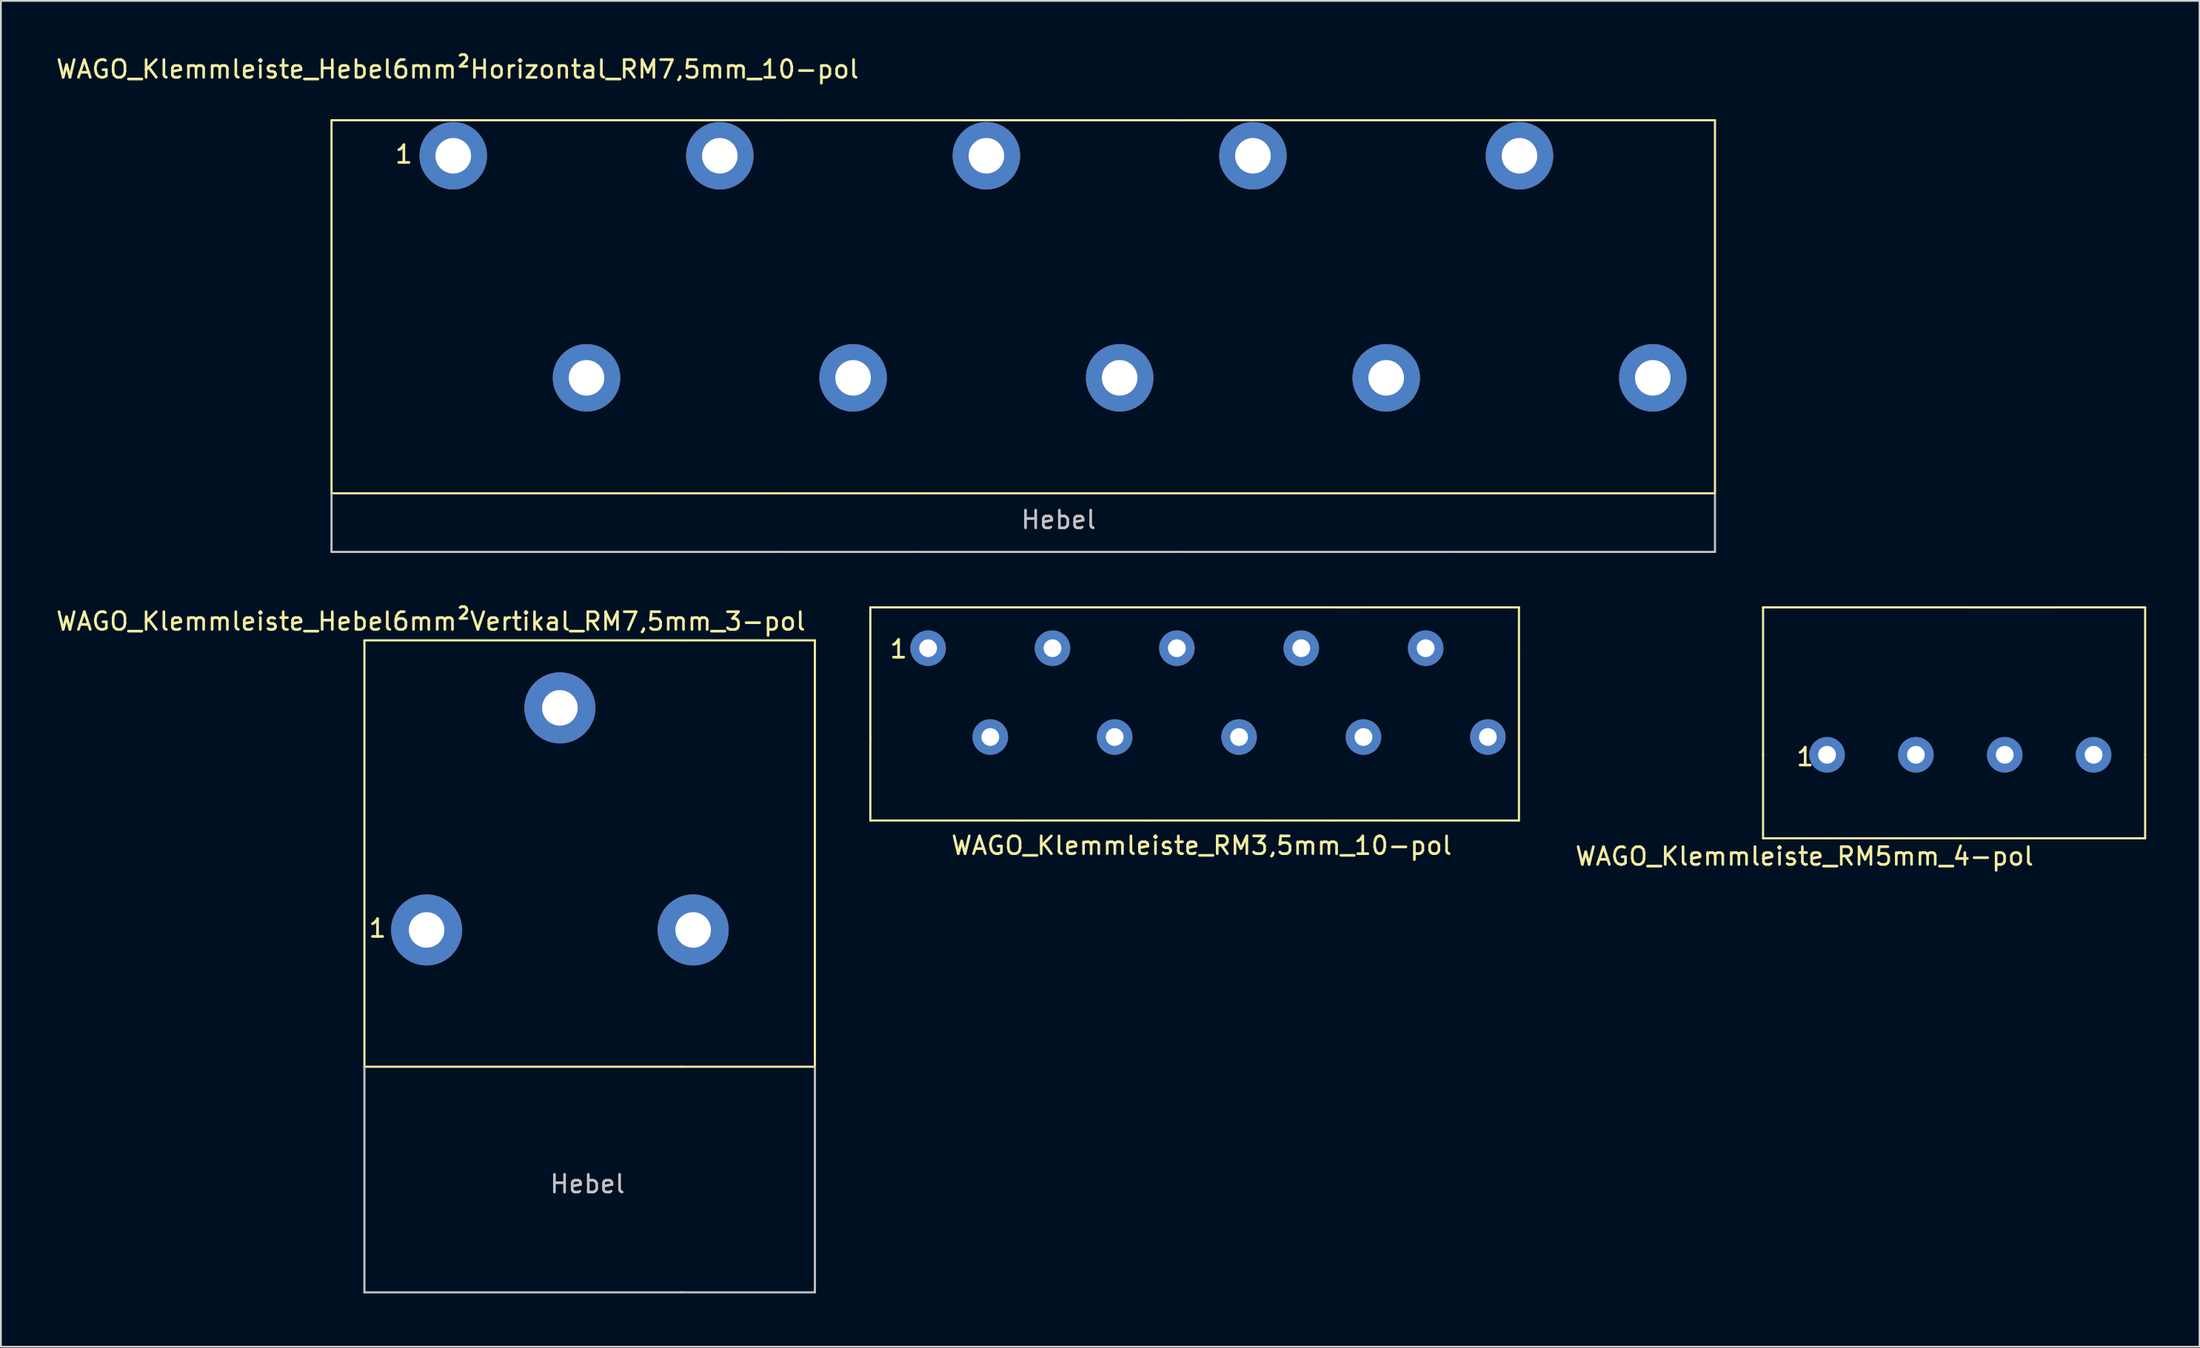
<source format=kicad_pcb>
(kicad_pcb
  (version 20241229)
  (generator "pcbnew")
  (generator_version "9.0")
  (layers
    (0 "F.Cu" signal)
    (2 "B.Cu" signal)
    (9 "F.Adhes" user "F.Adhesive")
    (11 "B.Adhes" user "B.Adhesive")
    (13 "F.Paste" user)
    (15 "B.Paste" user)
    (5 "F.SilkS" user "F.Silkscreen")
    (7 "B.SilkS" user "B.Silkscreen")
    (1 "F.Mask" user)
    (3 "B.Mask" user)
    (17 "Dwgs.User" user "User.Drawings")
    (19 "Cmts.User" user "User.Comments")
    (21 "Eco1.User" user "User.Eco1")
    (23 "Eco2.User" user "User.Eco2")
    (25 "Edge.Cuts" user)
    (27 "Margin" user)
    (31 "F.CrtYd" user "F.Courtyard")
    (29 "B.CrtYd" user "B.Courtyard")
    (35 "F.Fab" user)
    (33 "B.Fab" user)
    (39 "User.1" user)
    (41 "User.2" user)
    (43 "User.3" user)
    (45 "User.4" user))
  (footprint "WAGO_Klemmleiste_Hebel6mm²Vertikal_RM7,5mm_3-pol"
    (layer "F.Cu")
    (at 20.956 36.797)
    (property "Reference" "WAGO_Klemmleiste_Hebel6mm²Vertikal_RM7,5mm_3-pol" (at 0.24 -4.87 0) (layer "F.SilkS") (effects (font (size 1 1) (thickness 0.15))))
    (attr through_hole)
    (fp_line (start -3.5 -3.8) (end -3.5 20.2) (stroke (width 0.12) (type solid)) (layer "F.SilkS"))
    (fp_line (start -3.5 20.2) (end 14.35 20.2) (stroke (width 0.12) (type solid)) (layer "F.SilkS"))
    (fp_line (start 14.35 -3.8) (end -3.5 -3.8) (stroke (width 0.12) (type solid)) (layer "F.SilkS"))
    (fp_line (start 14.35 -3.8) (end 21.85 -3.8) (stroke (width 0.12) (type solid)) (layer "F.SilkS"))
    (fp_line (start 21.85 -3.8) (end 21.85 20.2) (stroke (width 0.12) (type solid)) (layer "F.SilkS"))
    (fp_line (start 21.85 20.2) (end 14.35 20.2) (stroke (width 0.12) (type solid)) (layer "F.SilkS"))
    (fp_line (start -3.5 20.2) (end -3.5 32.9) (stroke (width 0.12) (type solid)) (layer "Dwgs.User"))
    (fp_line (start -3.5 32.9) (end 14.35 32.9) (stroke (width 0.12) (type solid)) (layer "Dwgs.User"))
    (fp_line (start 14.35 32.9) (end 21.85 32.9) (stroke (width 0.12) (type solid)) (layer "Dwgs.User"))
    (fp_line (start 21.85 32.9) (end 21.85 20.2) (stroke (width 0.12) (type solid)) (layer "Dwgs.User"))
    (fp_text user "1" (at -2.76 12.41 0) (layer "F.SilkS") (effects (font (size 1 1) (thickness 0.15))))
    (fp_text user "Hebel" (at 9.05 26.8 0) (layer "Dwgs.User") (effects (font (size 1 1) (thickness 0.15))))
    (pad "1" thru_hole circle (at 0 12.5) (size 4 4) (drill 2) (layers "*.Cu" "*.Mask"))
    (pad "2" thru_hole circle (at 7.5 0) (size 4 4) (drill 2) (layers "*.Cu" "*.Mask"))
    (pad "3" thru_hole circle (at 15 12.5) (size 4 4) (drill 2) (layers "*.Cu" "*.Mask")))
  (footprint "WAGO_Klemmleiste_Hebel6mm²Horizontal_RM7,5mm_10-pol"
    (layer "F.Cu")
    (at 22.456 5.718)
    (property "Reference" "WAGO_Klemmleiste_Hebel6mm²Horizontal_RM7,5mm_10-pol" (at 0.24 -4.87 0) (layer "F.SilkS") (effects (font (size 1 1) (thickness 0.15))))
    (attr through_hole)
    (fp_line (start -6.85 -2) (end -6.85 19) (stroke (width 0.12) (type solid)) (layer "F.SilkS"))
    (fp_line (start -6.85 -2) (end 10.95 -2) (stroke (width 0.12) (type solid)) (layer "F.SilkS"))
    (fp_line (start -6.85 19) (end 11 19) (stroke (width 0.12) (type solid)) (layer "F.SilkS"))
    (fp_line (start 18.5 -2) (end 10.95 -2) (stroke (width 0.12) (type solid)) (layer "F.SilkS"))
    (fp_line (start 18.5 -2) (end 26 -2) (stroke (width 0.12) (type solid)) (layer "F.SilkS"))
    (fp_line (start 18.5 19) (end 10.95 19) (stroke (width 0.12) (type solid)) (layer "F.SilkS"))
    (fp_line (start 26 -2) (end 41 -2) (stroke (width 0.12) (type solid)) (layer "F.SilkS"))
    (fp_line (start 26 19) (end 18.5 19) (stroke (width 0.12) (type solid)) (layer "F.SilkS"))
    (fp_line (start 41 -2) (end 56 -2) (stroke (width 0.12) (type solid)) (layer "F.SilkS"))
    (fp_line (start 41 19) (end 26 19) (stroke (width 0.12) (type solid)) (layer "F.SilkS"))
    (fp_line (start 56 19) (end 41 19) (stroke (width 0.12) (type solid)) (layer "F.SilkS"))
    (fp_line (start 71 -2) (end 56 -2) (stroke (width 0.12) (type solid)) (layer "F.SilkS"))
    (fp_line (start 71 19) (end 56 19) (stroke (width 0.12) (type solid)) (layer "F.SilkS"))
    (fp_line (start 71 19) (end 71 -2) (stroke (width 0.12) (type solid)) (layer "F.SilkS"))
    (fp_line (start -6.85 19) (end -6.85 22.3) (stroke (width 0.12) (type solid)) (layer "Dwgs.User"))
    (fp_line (start -6.85 22.3) (end 18.5 22.3) (stroke (width 0.12) (type solid)) (layer "Dwgs.User"))
    (fp_line (start 26 22.3) (end 18.5 22.3) (stroke (width 0.12) (type solid)) (layer "Dwgs.User"))
    (fp_line (start 26 22.3) (end 41 22.3) (stroke (width 0.12) (type solid)) (layer "Dwgs.User"))
    (fp_line (start 56 22.3) (end 41 22.3) (stroke (width 0.12) (type solid)) (layer "Dwgs.User"))
    (fp_line (start 56 22.3) (end 71 22.3) (stroke (width 0.12) (type solid)) (layer "Dwgs.User"))
    (fp_line (start 71 22.3) (end 71 19) (stroke (width 0.12) (type solid)) (layer "Dwgs.User"))
    (fp_text user "1" (at -2.78 -0.08 0) (layer "F.SilkS") (effects (font (size 1 1) (thickness 0.15))))
    (fp_text user "Hebel" (at 34.06 20.49 0) (layer "Dwgs.User") (effects (font (size 1 1) (thickness 0.15))))
    (pad "1" thru_hole circle (at 0 0) (size 3.8 3.8) (drill 2) (layers "*.Cu" "*.Mask"))
    (pad "2" thru_hole circle (at 7.5 12.5) (size 3.8 3.8) (drill 2) (layers "*.Cu" "*.Mask"))
    (pad "3" thru_hole circle (at 15 0) (size 3.8 3.8) (drill 2) (layers "*.Cu" "*.Mask"))
    (pad "4" thru_hole circle (at 22.5 12.5) (size 3.8 3.8) (drill 2) (layers "*.Cu" "*.Mask"))
    (pad "5" thru_hole circle (at 30 0) (size 3.8 3.8) (drill 2) (layers "*.Cu" "*.Mask"))
    (pad "6" thru_hole circle (at 37.5 12.5) (size 3.8 3.8) (drill 2) (layers "*.Cu" "*.Mask"))
    (pad "7" thru_hole circle (at 45 0) (size 3.8 3.8) (drill 2) (layers "*.Cu" "*.Mask"))
    (pad "8" thru_hole circle (at 52.5 12.5) (size 3.8 3.8) (drill 2) (layers "*.Cu" "*.Mask"))
    (pad "9" thru_hole circle (at 60 0) (size 3.8 3.8) (drill 2) (layers "*.Cu" "*.Mask"))
    (pad "10" thru_hole circle (at 67.5 12.5) (size 3.8 3.8) (drill 2) (layers "*.Cu" "*.Mask")))
  (footprint "WAGO_Klemmleiste_RM3,5mm_10-pol"
    (layer "F.Cu")
    (at 49.176 33.438)
    (property "Reference" "WAGO_Klemmleiste_RM3,5mm_10-pol" (at 15.39 11.11 0) (layer "F.SilkS") (effects (font (size 1 1) (thickness 0.15))))
    (attr through_hole)
    (fp_line (start -3.25 -2.3) (end 5.25 -2.3) (stroke (width 0.12) (type solid)) (layer "F.SilkS"))
    (fp_line (start -3.25 5) (end -3.25 -2.3) (stroke (width 0.12) (type solid)) (layer "F.SilkS"))
    (fp_line (start -3.25 5) (end -3.25 9.7) (stroke (width 0.12) (type solid)) (layer "F.SilkS"))
    (fp_line (start -3.25 9.7) (end 5.25 9.7) (stroke (width 0.12) (type solid)) (layer "F.SilkS"))
    (fp_line (start 12.25 -2.3) (end 5.25 -2.3) (stroke (width 0.12) (type solid)) (layer "F.SilkS"))
    (fp_line (start 12.25 9.7) (end 5.25 9.7) (stroke (width 0.12) (type solid)) (layer "F.SilkS"))
    (fp_line (start 19.25 9.7) (end 12.25 9.7) (stroke (width 0.12) (type solid)) (layer "F.SilkS"))
    (fp_line (start 19.275 -2.3) (end 12.25 -2.3) (stroke (width 0.12) (type solid)) (layer "F.SilkS"))
    (fp_line (start 19.275 -2.3) (end 19.25 -2.3) (stroke (width 0.12) (type solid)) (layer "F.SilkS"))
    (fp_line (start 22.75 -2.3) (end 19.275 -2.3) (stroke (width 0.12) (type solid)) (layer "F.SilkS"))
    (fp_line (start 22.75 -2.3) (end 24.5 -2.3) (stroke (width 0.12) (type solid)) (layer "F.SilkS"))
    (fp_line (start 22.75 9.7) (end 19.25 9.7) (stroke (width 0.12) (type solid)) (layer "F.SilkS"))
    (fp_line (start 26.25 -2.3) (end 22.75 -2.3) (stroke (width 0.12) (type solid)) (layer "F.SilkS"))
    (fp_line (start 26.25 -2.3) (end 33.25 -2.3) (stroke (width 0.12) (type solid)) (layer "F.SilkS"))
    (fp_line (start 26.25 9.7) (end 22.75 9.7) (stroke (width 0.12) (type solid)) (layer "F.SilkS"))
    (fp_line (start 33.25 0.3) (end 33.25 -2.3) (stroke (width 0.12) (type solid)) (layer "F.SilkS"))
    (fp_line (start 33.25 9.7) (end 26.25 9.7) (stroke (width 0.12) (type solid)) (layer "F.SilkS"))
    (fp_line (start 33.25 9.7) (end 33.25 0.3) (stroke (width 0.12) (type solid)) (layer "F.SilkS"))
    (fp_text user "1" (at -1.66 0.05 0) (layer "F.SilkS") (effects (font (size 1 1) (thickness 0.15))))
    (pad "1" thru_hole circle (at 0 0) (size 2 2) (drill 1) (layers "*.Cu" "*.Mask"))
    (pad "2" thru_hole circle (at 3.5 5) (size 2 2) (drill 1) (layers "*.Cu" "*.Mask"))
    (pad "3" thru_hole circle (at 7 0) (size 2 2) (drill 1) (layers "*.Cu" "*.Mask"))
    (pad "4" thru_hole circle (at 10.5 5) (size 2 2) (drill 1) (layers "*.Cu" "*.Mask"))
    (pad "5" thru_hole circle (at 14 0) (size 2 2) (drill 1) (layers "*.Cu" "*.Mask"))
    (pad "6" thru_hole circle (at 17.5 5) (size 2 2) (drill 1) (layers "*.Cu" "*.Mask"))
    (pad "7" thru_hole circle (at 21 0) (size 2 2) (drill 1) (layers "*.Cu" "*.Mask"))
    (pad "8" thru_hole circle (at 24.5 5) (size 2 2) (drill 1) (layers "*.Cu" "*.Mask"))
    (pad "9" thru_hole circle (at 28 0) (size 2 2) (drill 1) (layers "*.Cu" "*.Mask"))
    (pad "10" thru_hole circle (at 31.5 5) (size 2 2) (drill 1) (layers "*.Cu" "*.Mask")))
  (footprint "WAGO_Klemmleiste_RM5mm_4-pol"
    (layer "F.Cu")
    (at 99.762 39.438)
    (property "Reference" "WAGO_Klemmleiste_RM5mm_4-pol" (at -1.27 5.715 0) (layer "F.SilkS") (effects (font (size 1 1) (thickness 0.15))))
    (attr through_hole)
    (fp_line (start -3.6 -8.3) (end -3.6 0) (stroke (width 0.12) (type solid)) (layer "F.SilkS"))
    (fp_line (start -3.6 4.7) (end -3.6 0) (stroke (width 0.12) (type solid)) (layer "F.SilkS"))
    (fp_line (start 0 -8.3) (end -3.6 -8.3) (stroke (width 0.12) (type solid)) (layer "F.SilkS"))
    (fp_line (start 0 -8.3) (end 7.9 -8.3) (stroke (width 0.12) (type solid)) (layer "F.SilkS"))
    (fp_line (start 0 4.7) (end -3.6 4.7) (stroke (width 0.12) (type solid)) (layer "F.SilkS"))
    (fp_line (start 0 4.7) (end 7.9 4.7) (stroke (width 0.12) (type solid)) (layer "F.SilkS"))
    (fp_line (start 7.9 -8.3) (end 12.9 -8.3) (stroke (width 0.12) (type solid)) (layer "F.SilkS"))
    (fp_line (start 12.9 -8.3) (end 7.9 -8.3) (stroke (width 0.12) (type solid)) (layer "F.SilkS"))
    (fp_line (start 12.9 -8.3) (end 17.9 -8.3) (stroke (width 0.12) (type solid)) (layer "F.SilkS"))
    (fp_line (start 12.9 4.7) (end 7.9 4.7) (stroke (width 0.12) (type solid)) (layer "F.SilkS"))
    (fp_line (start 12.9 4.7) (end 17.9 4.7) (stroke (width 0.12) (type solid)) (layer "F.SilkS"))
    (fp_line (start 17.9 -8.3) (end 17.9 0) (stroke (width 0.12) (type solid)) (layer "F.SilkS"))
    (fp_line (start 17.9 4.7) (end 17.9 0) (stroke (width 0.12) (type solid)) (layer "F.SilkS"))
    (fp_text user "1" (at -1.23 0.12 0) (layer "F.SilkS") (effects (font (size 1 1) (thickness 0.15))))
    (pad "1" thru_hole circle (at 0 0) (size 2 2) (drill 1) (layers "*.Cu" "*.Mask"))
    (pad "2" thru_hole circle (at 5 0) (size 2 2) (drill 1) (layers "*.Cu" "*.Mask"))
    (pad "3" thru_hole circle (at 10 0) (size 2 2) (drill 1) (layers "*.Cu" "*.Mask"))
    (pad "4" thru_hole circle (at 15 0) (size 2 2) (drill 1) (layers "*.Cu" "*.Mask")))
  (gr_rect
    (start -3 -3)
    (end 120.722 72.757)
    (stroke (width 0.1) (type default))
    (fill no)
    (layer "Edge.Cuts")))
</source>
